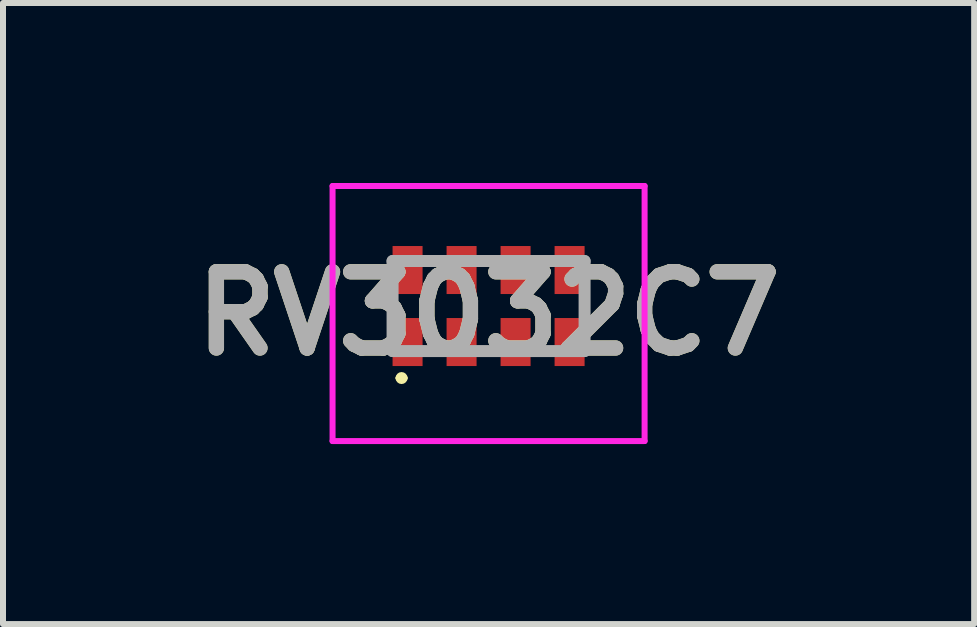
<source format=kicad_pcb>
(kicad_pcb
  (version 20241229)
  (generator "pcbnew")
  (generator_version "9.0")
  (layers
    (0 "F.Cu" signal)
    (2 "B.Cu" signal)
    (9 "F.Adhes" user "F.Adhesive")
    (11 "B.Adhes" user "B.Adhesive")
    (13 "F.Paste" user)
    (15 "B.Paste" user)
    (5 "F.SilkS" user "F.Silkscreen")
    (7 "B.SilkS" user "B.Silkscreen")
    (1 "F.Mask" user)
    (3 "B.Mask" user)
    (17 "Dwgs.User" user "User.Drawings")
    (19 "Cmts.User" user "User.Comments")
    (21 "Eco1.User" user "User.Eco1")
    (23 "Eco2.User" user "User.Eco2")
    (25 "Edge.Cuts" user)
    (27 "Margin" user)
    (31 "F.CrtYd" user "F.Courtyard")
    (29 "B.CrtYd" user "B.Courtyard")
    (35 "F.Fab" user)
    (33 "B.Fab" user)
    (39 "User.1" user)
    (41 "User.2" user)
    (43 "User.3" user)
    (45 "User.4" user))
  (footprint "RV3032C7"
    (layer "F.Cu")
    (at 5.092 2.05)
    (property "Reference" "RV3032C7" (at 0 0.125 0) (layer "F.SilkS") (effects (font (size 1.27 1.27) (thickness 0.254))))
    (attr smd)
    (fp_line (start -1.5 1.2) (end -1.5 1.2) (stroke (width 0.1) (type solid)) (layer "F.SilkS"))
    (fp_line (start -1.4 1.2) (end -1.4 1.2) (stroke (width 0.1) (type solid)) (layer "F.SilkS"))
    (fp_arc (start -1.5 1.2) (mid -1.45 1.15) (end -1.4 1.2) (stroke (width 0.1) (type solid)) (layer "F.SilkS"))
    (fp_arc (start -1.4 1.2) (mid -1.45 1.25) (end -1.5 1.2) (stroke (width 0.1) (type solid)) (layer "F.SilkS"))
    (fp_line (start -2.6 -2) (end 2.6 -2) (stroke (width 0.1) (type solid)) (layer "F.CrtYd"))
    (fp_line (start -2.6 2.25) (end -2.6 -2) (stroke (width 0.1) (type solid)) (layer "F.CrtYd"))
    (fp_line (start 2.6 -2) (end 2.6 2.25) (stroke (width 0.1) (type solid)) (layer "F.CrtYd"))
    (fp_line (start 2.6 2.25) (end -2.6 2.25) (stroke (width 0.1) (type solid)) (layer "F.CrtYd"))
    (fp_line (start -1.6 -0.75) (end 1.6 -0.75) (stroke (width 0.2) (type solid)) (layer "F.Fab"))
    (fp_line (start -1.6 0.75) (end -1.6 -0.75) (stroke (width 0.2) (type solid)) (layer "F.Fab"))
    (fp_line (start 1.6 -0.75) (end 1.6 0.75) (stroke (width 0.2) (type solid)) (layer "F.Fab"))
    (fp_line (start 1.6 0.75) (end -1.6 0.75) (stroke (width 0.2) (type solid)) (layer "F.Fab"))
    (fp_text user "${REFERENCE}" (at 0 0.125 0) (layer "F.Fab") (effects (font (size 1.27 1.27) (thickness 0.254))))
    (pad "1" smd rect (at -1.35 0.6) (size 0.5 0.8) (layers "F.Cu" "F.Mask" "F.Paste"))
    (pad "2" smd rect (at -0.45 0.6) (size 0.5 0.8) (layers "F.Cu" "F.Mask" "F.Paste"))
    (pad "3" smd rect (at 0.45 0.6) (size 0.5 0.8) (layers "F.Cu" "F.Mask" "F.Paste"))
    (pad "4" smd rect (at 1.35 0.6) (size 0.5 0.8) (layers "F.Cu" "F.Mask" "F.Paste"))
    (pad "5" smd rect (at 1.35 -0.6) (size 0.5 0.8) (layers "F.Cu" "F.Mask" "F.Paste"))
    (pad "6" smd rect (at 0.45 -0.6) (size 0.5 0.8) (layers "F.Cu" "F.Mask" "F.Paste"))
    (pad "7" smd rect (at -0.45 -0.6) (size 0.5 0.8) (layers "F.Cu" "F.Mask" "F.Paste"))
    (pad "8" smd rect (at -1.35 -0.6) (size 0.5 0.8) (layers "F.Cu" "F.Mask" "F.Paste")))
  (gr_rect
    (start -3 -3)
    (end 13.184 7.35)
    (stroke (width 0.1) (type default))
    (fill no)
    (layer "Edge.Cuts")))
</source>
